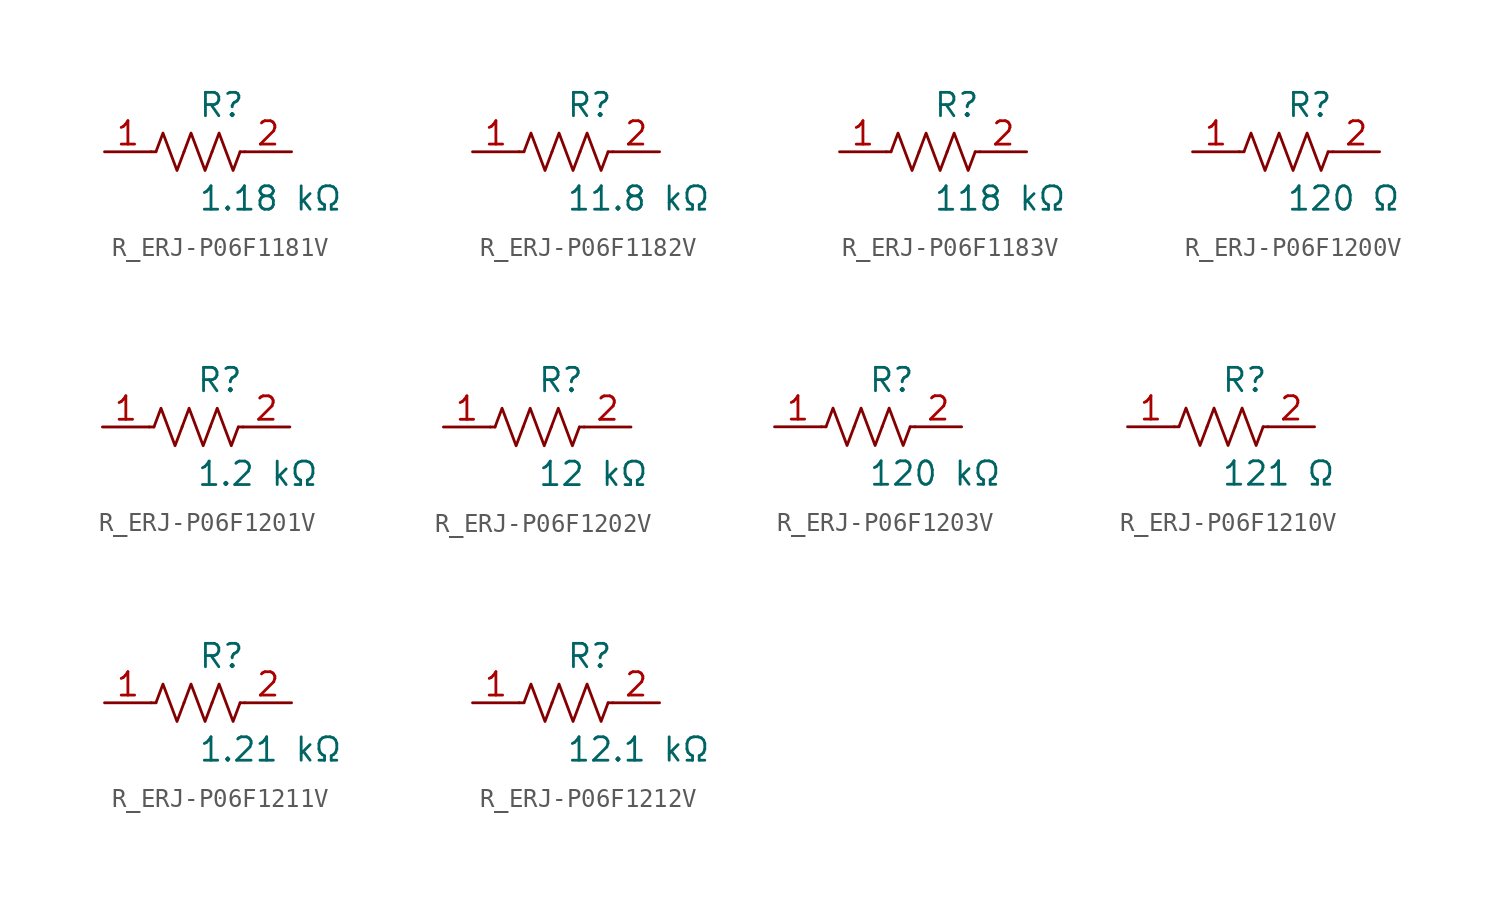
<source format=kicad_sym>
(kicad_symbol_lib
  (version 20231120)
  (generator kicad_symbol_editor)
  (generator_version 8.0)
  (symbol "R_ERJ-P06F1181V"
    (pin_names
      (offset 0.254))
    (property "Reference" "R"
      (at 0 2.54 0)
      (effects (font (size 1.27 1.27)) (justify left)))
    (property "Value" "1.18 kΩ"
      (at 0 -2.54 0)
      (effects (font (size 1.27 1.27)) (justify left)))
    (symbol "R_ERJ-P06F1181V_0_1"
      (polyline (pts (xy 2.286 0) (xy 2.54 0)) (stroke (width 0) (type default)) (fill (type none)))
      (polyline (pts (xy -2.286 0) (xy -2.54 0)) (stroke (width 0) (type default)) (fill (type none)))
      (polyline (pts (xy 0.762 0) (xy 1.143 1.016) (xy 1.524 0) (xy 1.905 -1.016) (xy 2.286 0)) (stroke (width 0) (type default)) (fill (type none)))
      (polyline (pts (xy -0.762 0) (xy -0.381 1.016) (xy 0 0) (xy 0.381 -1.016) (xy 0.762 0)) (stroke (width 0) (type default)) (fill (type none)))
      (polyline (pts (xy -2.286 0) (xy -1.905 1.016) (xy -1.524 0) (xy -1.143 -1.016) (xy -0.762 0)) (stroke (width 0) (type default)) (fill (type none))))
    (pin passive line
      (at -5.08 0 0)
      (length 2.54)
      (name "" (effects (font (size 1.27 1.27))))
      (number "1" (effects (font (size 1.27 1.27)))))
    (pin passive line
      (at 5.08 0 180)
      (length 2.54)
      (name "" (effects (font (size 1.27 1.27))))
      (number "2" (effects (font (size 1.27 1.27))))))
  (symbol "R_ERJ-P06F1182V"
    (pin_names
      (offset 0.254))
    (property "Reference" "R"
      (at 0 2.54 0)
      (effects (font (size 1.27 1.27)) (justify left)))
    (property "Value" "11.8 kΩ"
      (at 0 -2.54 0)
      (effects (font (size 1.27 1.27)) (justify left)))
    (symbol "R_ERJ-P06F1182V_0_1"
      (polyline (pts (xy 2.286 0) (xy 2.54 0)) (stroke (width 0) (type default)) (fill (type none)))
      (polyline (pts (xy -2.286 0) (xy -2.54 0)) (stroke (width 0) (type default)) (fill (type none)))
      (polyline (pts (xy 0.762 0) (xy 1.143 1.016) (xy 1.524 0) (xy 1.905 -1.016) (xy 2.286 0)) (stroke (width 0) (type default)) (fill (type none)))
      (polyline (pts (xy -0.762 0) (xy -0.381 1.016) (xy 0 0) (xy 0.381 -1.016) (xy 0.762 0)) (stroke (width 0) (type default)) (fill (type none)))
      (polyline (pts (xy -2.286 0) (xy -1.905 1.016) (xy -1.524 0) (xy -1.143 -1.016) (xy -0.762 0)) (stroke (width 0) (type default)) (fill (type none))))
    (pin passive line
      (at -5.08 0 0)
      (length 2.54)
      (name "" (effects (font (size 1.27 1.27))))
      (number "1" (effects (font (size 1.27 1.27)))))
    (pin passive line
      (at 5.08 0 180)
      (length 2.54)
      (name "" (effects (font (size 1.27 1.27))))
      (number "2" (effects (font (size 1.27 1.27))))))
  (symbol "R_ERJ-P06F1183V"
    (pin_names
      (offset 0.254))
    (property "Reference" "R"
      (at 0 2.54 0)
      (effects (font (size 1.27 1.27)) (justify left)))
    (property "Value" "118 kΩ"
      (at 0 -2.54 0)
      (effects (font (size 1.27 1.27)) (justify left)))
    (symbol "R_ERJ-P06F1183V_0_1"
      (polyline (pts (xy 2.286 0) (xy 2.54 0)) (stroke (width 0) (type default)) (fill (type none)))
      (polyline (pts (xy -2.286 0) (xy -2.54 0)) (stroke (width 0) (type default)) (fill (type none)))
      (polyline (pts (xy 0.762 0) (xy 1.143 1.016) (xy 1.524 0) (xy 1.905 -1.016) (xy 2.286 0)) (stroke (width 0) (type default)) (fill (type none)))
      (polyline (pts (xy -0.762 0) (xy -0.381 1.016) (xy 0 0) (xy 0.381 -1.016) (xy 0.762 0)) (stroke (width 0) (type default)) (fill (type none)))
      (polyline (pts (xy -2.286 0) (xy -1.905 1.016) (xy -1.524 0) (xy -1.143 -1.016) (xy -0.762 0)) (stroke (width 0) (type default)) (fill (type none))))
    (pin passive line
      (at -5.08 0 0)
      (length 2.54)
      (name "" (effects (font (size 1.27 1.27))))
      (number "1" (effects (font (size 1.27 1.27)))))
    (pin passive line
      (at 5.08 0 180)
      (length 2.54)
      (name "" (effects (font (size 1.27 1.27))))
      (number "2" (effects (font (size 1.27 1.27))))))
  (symbol "R_ERJ-P06F1200V"
    (pin_names
      (offset 0.254))
    (property "Reference" "R"
      (at 0 2.54 0)
      (effects (font (size 1.27 1.27)) (justify left)))
    (property "Value" "120 Ω"
      (at 0 -2.54 0)
      (effects (font (size 1.27 1.27)) (justify left)))
    (symbol "R_ERJ-P06F1200V_0_1"
      (polyline (pts (xy 2.286 0) (xy 2.54 0)) (stroke (width 0) (type default)) (fill (type none)))
      (polyline (pts (xy -2.286 0) (xy -2.54 0)) (stroke (width 0) (type default)) (fill (type none)))
      (polyline (pts (xy 0.762 0) (xy 1.143 1.016) (xy 1.524 0) (xy 1.905 -1.016) (xy 2.286 0)) (stroke (width 0) (type default)) (fill (type none)))
      (polyline (pts (xy -0.762 0) (xy -0.381 1.016) (xy 0 0) (xy 0.381 -1.016) (xy 0.762 0)) (stroke (width 0) (type default)) (fill (type none)))
      (polyline (pts (xy -2.286 0) (xy -1.905 1.016) (xy -1.524 0) (xy -1.143 -1.016) (xy -0.762 0)) (stroke (width 0) (type default)) (fill (type none))))
    (pin passive line
      (at -5.08 0 0)
      (length 2.54)
      (name "" (effects (font (size 1.27 1.27))))
      (number "1" (effects (font (size 1.27 1.27)))))
    (pin passive line
      (at 5.08 0 180)
      (length 2.54)
      (name "" (effects (font (size 1.27 1.27))))
      (number "2" (effects (font (size 1.27 1.27))))))
  (symbol "R_ERJ-P06F1201V"
    (pin_names
      (offset 0.254))
    (property "Reference" "R"
      (at 0 2.54 0)
      (effects (font (size 1.27 1.27)) (justify left)))
    (property "Value" "1.2 kΩ"
      (at 0 -2.54 0)
      (effects (font (size 1.27 1.27)) (justify left)))
    (symbol "R_ERJ-P06F1201V_0_1"
      (polyline (pts (xy 2.286 0) (xy 2.54 0)) (stroke (width 0) (type default)) (fill (type none)))
      (polyline (pts (xy -2.286 0) (xy -2.54 0)) (stroke (width 0) (type default)) (fill (type none)))
      (polyline (pts (xy 0.762 0) (xy 1.143 1.016) (xy 1.524 0) (xy 1.905 -1.016) (xy 2.286 0)) (stroke (width 0) (type default)) (fill (type none)))
      (polyline (pts (xy -0.762 0) (xy -0.381 1.016) (xy 0 0) (xy 0.381 -1.016) (xy 0.762 0)) (stroke (width 0) (type default)) (fill (type none)))
      (polyline (pts (xy -2.286 0) (xy -1.905 1.016) (xy -1.524 0) (xy -1.143 -1.016) (xy -0.762 0)) (stroke (width 0) (type default)) (fill (type none))))
    (pin passive line
      (at -5.08 0 0)
      (length 2.54)
      (name "" (effects (font (size 1.27 1.27))))
      (number "1" (effects (font (size 1.27 1.27)))))
    (pin passive line
      (at 5.08 0 180)
      (length 2.54)
      (name "" (effects (font (size 1.27 1.27))))
      (number "2" (effects (font (size 1.27 1.27))))))
  (symbol "R_ERJ-P06F1202V"
    (pin_names
      (offset 0.254))
    (property "Reference" "R"
      (at 0 2.54 0)
      (effects (font (size 1.27 1.27)) (justify left)))
    (property "Value" "12 kΩ"
      (at 0 -2.54 0)
      (effects (font (size 1.27 1.27)) (justify left)))
    (symbol "R_ERJ-P06F1202V_0_1"
      (polyline (pts (xy 2.286 0) (xy 2.54 0)) (stroke (width 0) (type default)) (fill (type none)))
      (polyline (pts (xy -2.286 0) (xy -2.54 0)) (stroke (width 0) (type default)) (fill (type none)))
      (polyline (pts (xy 0.762 0) (xy 1.143 1.016) (xy 1.524 0) (xy 1.905 -1.016) (xy 2.286 0)) (stroke (width 0) (type default)) (fill (type none)))
      (polyline (pts (xy -0.762 0) (xy -0.381 1.016) (xy 0 0) (xy 0.381 -1.016) (xy 0.762 0)) (stroke (width 0) (type default)) (fill (type none)))
      (polyline (pts (xy -2.286 0) (xy -1.905 1.016) (xy -1.524 0) (xy -1.143 -1.016) (xy -0.762 0)) (stroke (width 0) (type default)) (fill (type none))))
    (pin passive line
      (at -5.08 0 0)
      (length 2.54)
      (name "" (effects (font (size 1.27 1.27))))
      (number "1" (effects (font (size 1.27 1.27)))))
    (pin passive line
      (at 5.08 0 180)
      (length 2.54)
      (name "" (effects (font (size 1.27 1.27))))
      (number "2" (effects (font (size 1.27 1.27))))))
  (symbol "R_ERJ-P06F1203V"
    (pin_names
      (offset 0.254))
    (property "Reference" "R"
      (at 0 2.54 0)
      (effects (font (size 1.27 1.27)) (justify left)))
    (property "Value" "120 kΩ"
      (at 0 -2.54 0)
      (effects (font (size 1.27 1.27)) (justify left)))
    (symbol "R_ERJ-P06F1203V_0_1"
      (polyline (pts (xy 2.286 0) (xy 2.54 0)) (stroke (width 0) (type default)) (fill (type none)))
      (polyline (pts (xy -2.286 0) (xy -2.54 0)) (stroke (width 0) (type default)) (fill (type none)))
      (polyline (pts (xy 0.762 0) (xy 1.143 1.016) (xy 1.524 0) (xy 1.905 -1.016) (xy 2.286 0)) (stroke (width 0) (type default)) (fill (type none)))
      (polyline (pts (xy -0.762 0) (xy -0.381 1.016) (xy 0 0) (xy 0.381 -1.016) (xy 0.762 0)) (stroke (width 0) (type default)) (fill (type none)))
      (polyline (pts (xy -2.286 0) (xy -1.905 1.016) (xy -1.524 0) (xy -1.143 -1.016) (xy -0.762 0)) (stroke (width 0) (type default)) (fill (type none))))
    (pin passive line
      (at -5.08 0 0)
      (length 2.54)
      (name "" (effects (font (size 1.27 1.27))))
      (number "1" (effects (font (size 1.27 1.27)))))
    (pin passive line
      (at 5.08 0 180)
      (length 2.54)
      (name "" (effects (font (size 1.27 1.27))))
      (number "2" (effects (font (size 1.27 1.27))))))
  (symbol "R_ERJ-P06F1210V"
    (pin_names
      (offset 0.254))
    (property "Reference" "R"
      (at 0 2.54 0)
      (effects (font (size 1.27 1.27)) (justify left)))
    (property "Value" "121 Ω"
      (at 0 -2.54 0)
      (effects (font (size 1.27 1.27)) (justify left)))
    (symbol "R_ERJ-P06F1210V_0_1"
      (polyline (pts (xy 2.286 0) (xy 2.54 0)) (stroke (width 0) (type default)) (fill (type none)))
      (polyline (pts (xy -2.286 0) (xy -2.54 0)) (stroke (width 0) (type default)) (fill (type none)))
      (polyline (pts (xy 0.762 0) (xy 1.143 1.016) (xy 1.524 0) (xy 1.905 -1.016) (xy 2.286 0)) (stroke (width 0) (type default)) (fill (type none)))
      (polyline (pts (xy -0.762 0) (xy -0.381 1.016) (xy 0 0) (xy 0.381 -1.016) (xy 0.762 0)) (stroke (width 0) (type default)) (fill (type none)))
      (polyline (pts (xy -2.286 0) (xy -1.905 1.016) (xy -1.524 0) (xy -1.143 -1.016) (xy -0.762 0)) (stroke (width 0) (type default)) (fill (type none))))
    (pin passive line
      (at -5.08 0 0)
      (length 2.54)
      (name "" (effects (font (size 1.27 1.27))))
      (number "1" (effects (font (size 1.27 1.27)))))
    (pin passive line
      (at 5.08 0 180)
      (length 2.54)
      (name "" (effects (font (size 1.27 1.27))))
      (number "2" (effects (font (size 1.27 1.27))))))
  (symbol "R_ERJ-P06F1211V"
    (pin_names
      (offset 0.254))
    (property "Reference" "R"
      (at 0 2.54 0)
      (effects (font (size 1.27 1.27)) (justify left)))
    (property "Value" "1.21 kΩ"
      (at 0 -2.54 0)
      (effects (font (size 1.27 1.27)) (justify left)))
    (symbol "R_ERJ-P06F1211V_0_1"
      (polyline (pts (xy 2.286 0) (xy 2.54 0)) (stroke (width 0) (type default)) (fill (type none)))
      (polyline (pts (xy -2.286 0) (xy -2.54 0)) (stroke (width 0) (type default)) (fill (type none)))
      (polyline (pts (xy 0.762 0) (xy 1.143 1.016) (xy 1.524 0) (xy 1.905 -1.016) (xy 2.286 0)) (stroke (width 0) (type default)) (fill (type none)))
      (polyline (pts (xy -0.762 0) (xy -0.381 1.016) (xy 0 0) (xy 0.381 -1.016) (xy 0.762 0)) (stroke (width 0) (type default)) (fill (type none)))
      (polyline (pts (xy -2.286 0) (xy -1.905 1.016) (xy -1.524 0) (xy -1.143 -1.016) (xy -0.762 0)) (stroke (width 0) (type default)) (fill (type none))))
    (pin passive line
      (at -5.08 0 0)
      (length 2.54)
      (name "" (effects (font (size 1.27 1.27))))
      (number "1" (effects (font (size 1.27 1.27)))))
    (pin passive line
      (at 5.08 0 180)
      (length 2.54)
      (name "" (effects (font (size 1.27 1.27))))
      (number "2" (effects (font (size 1.27 1.27))))))
  (symbol "R_ERJ-P06F1212V"
    (pin_names
      (offset 0.254))
    (property "Reference" "R"
      (at 0 2.54 0)
      (effects (font (size 1.27 1.27)) (justify left)))
    (property "Value" "12.1 kΩ"
      (at 0 -2.54 0)
      (effects (font (size 1.27 1.27)) (justify left)))
    (symbol "R_ERJ-P06F1212V_0_1"
      (polyline (pts (xy 2.286 0) (xy 2.54 0)) (stroke (width 0) (type default)) (fill (type none)))
      (polyline (pts (xy -2.286 0) (xy -2.54 0)) (stroke (width 0) (type default)) (fill (type none)))
      (polyline (pts (xy 0.762 0) (xy 1.143 1.016) (xy 1.524 0) (xy 1.905 -1.016) (xy 2.286 0)) (stroke (width 0) (type default)) (fill (type none)))
      (polyline (pts (xy -0.762 0) (xy -0.381 1.016) (xy 0 0) (xy 0.381 -1.016) (xy 0.762 0)) (stroke (width 0) (type default)) (fill (type none)))
      (polyline (pts (xy -2.286 0) (xy -1.905 1.016) (xy -1.524 0) (xy -1.143 -1.016) (xy -0.762 0)) (stroke (width 0) (type default)) (fill (type none))))
    (pin passive line
      (at -5.08 0 0)
      (length 2.54)
      (name "" (effects (font (size 1.27 1.27))))
      (number "1" (effects (font (size 1.27 1.27)))))
    (pin passive line
      (at 5.08 0 180)
      (length 2.54)
      (name "" (effects (font (size 1.27 1.27))))
      (number "2" (effects (font (size 1.27 1.27)))))))
</source>
